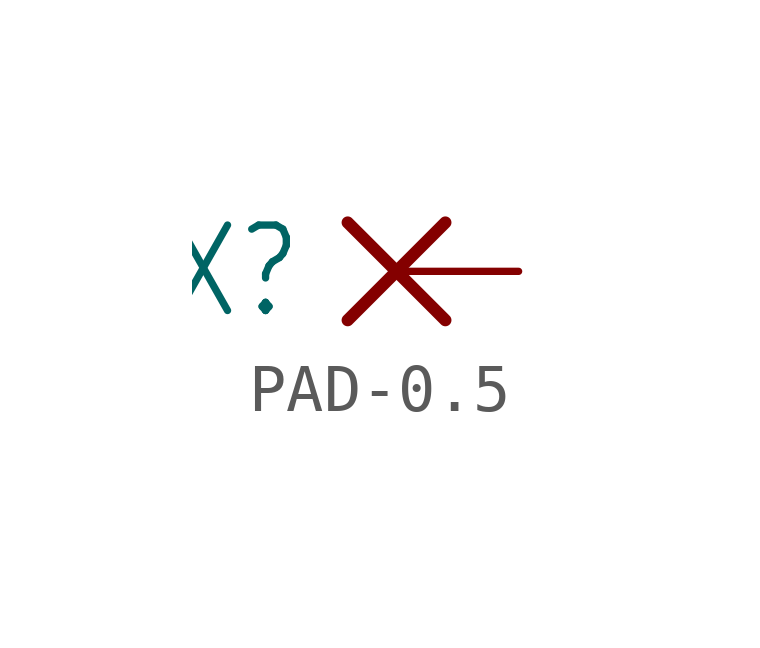
<source format=kicad_sym>
(kicad_symbol_lib
  (version 20231120)
  (generator "kicad_symbol_editor")
  (generator_version "8.0")
  (symbol "PAD-0.5"
    (property "Reference" "X"
      (at -1.905 0 0)
      (effects (font (size 1.778 1.511)) (justify right)))
    (property "ki_locked" ""
      (at 0 0 0)
      (effects (font (size 1.27 1.27))))
    (symbol "PAD-0.5_1_0"
      (polyline (pts (xy -1.016 -1.016) (xy 1.016 1.016)) (stroke (width 0.254) (type solid)) (fill (type none)))
      (polyline (pts (xy -1.016 1.016) (xy 1.016 -1.016)) (stroke (width 0.254) (type solid)) (fill (type none)))
      (pin passive line (at 2.54 0 180) (length 2.54) (name "P" (effects (font (size 0 0)))) (number "1" (effects (font (size 0 0))))))))
</source>
